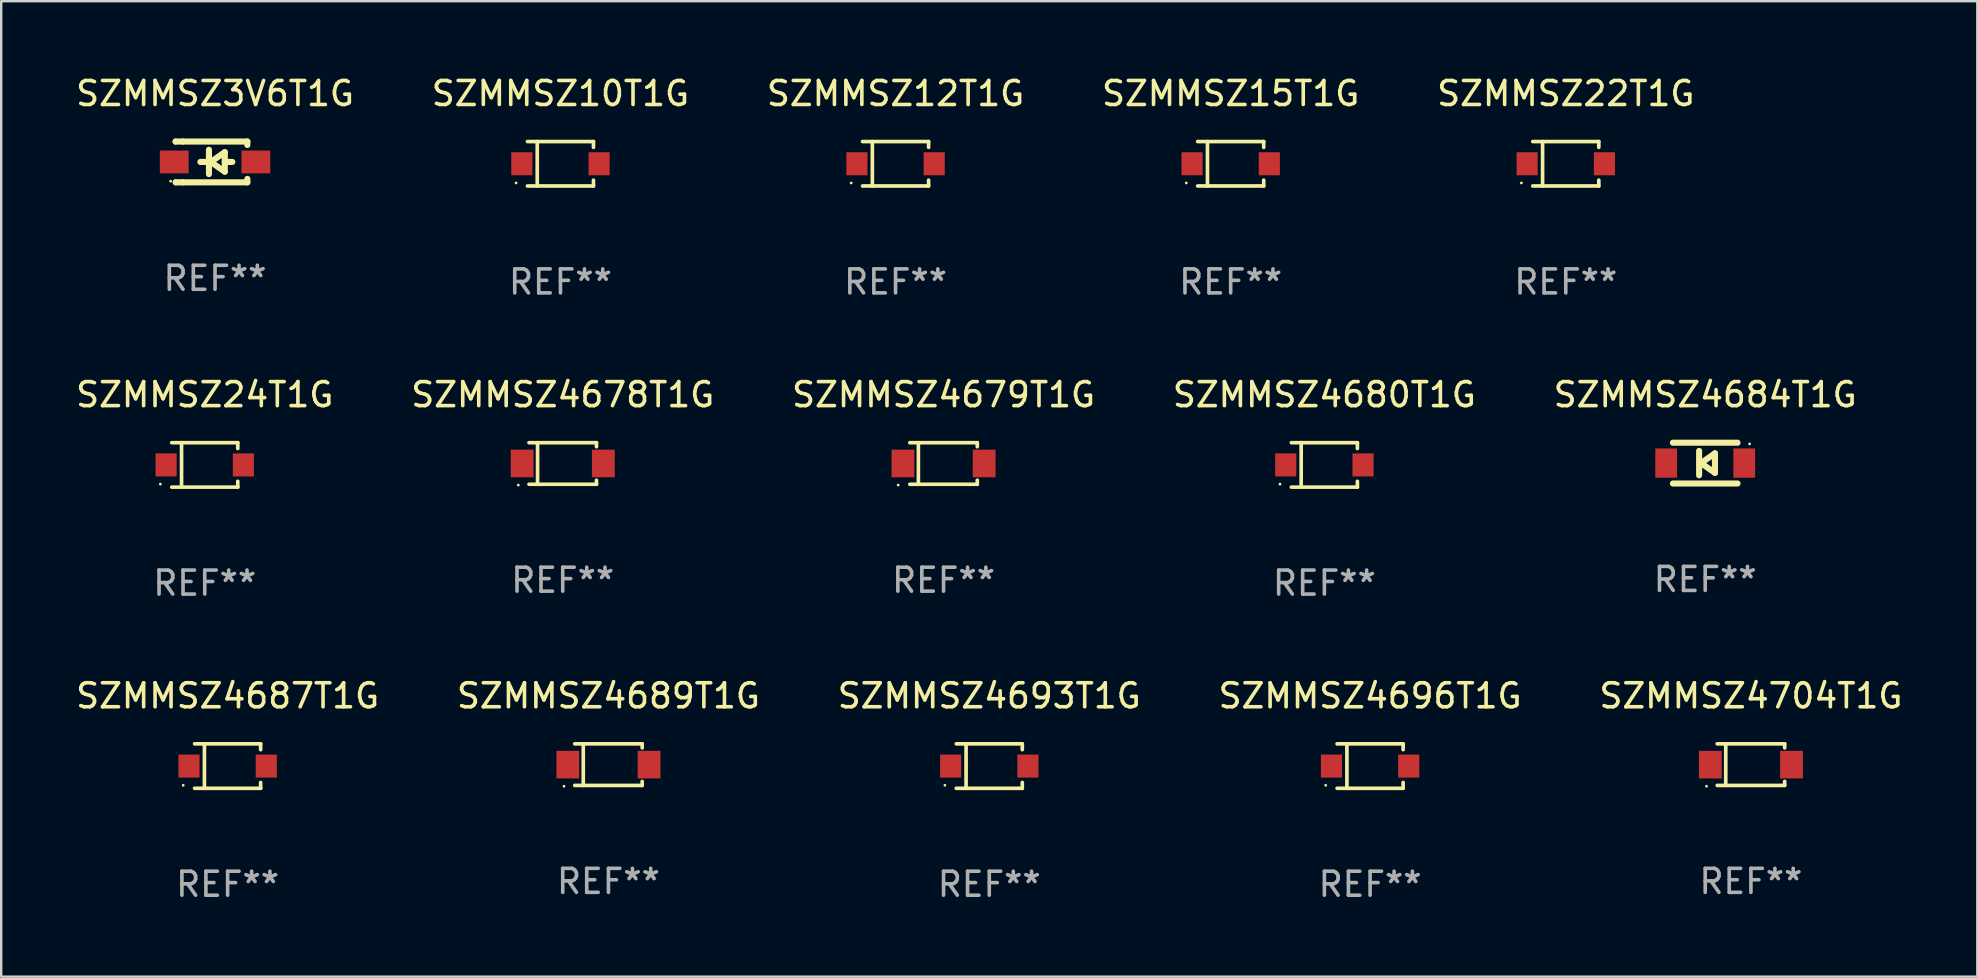
<source format=kicad_pcb>
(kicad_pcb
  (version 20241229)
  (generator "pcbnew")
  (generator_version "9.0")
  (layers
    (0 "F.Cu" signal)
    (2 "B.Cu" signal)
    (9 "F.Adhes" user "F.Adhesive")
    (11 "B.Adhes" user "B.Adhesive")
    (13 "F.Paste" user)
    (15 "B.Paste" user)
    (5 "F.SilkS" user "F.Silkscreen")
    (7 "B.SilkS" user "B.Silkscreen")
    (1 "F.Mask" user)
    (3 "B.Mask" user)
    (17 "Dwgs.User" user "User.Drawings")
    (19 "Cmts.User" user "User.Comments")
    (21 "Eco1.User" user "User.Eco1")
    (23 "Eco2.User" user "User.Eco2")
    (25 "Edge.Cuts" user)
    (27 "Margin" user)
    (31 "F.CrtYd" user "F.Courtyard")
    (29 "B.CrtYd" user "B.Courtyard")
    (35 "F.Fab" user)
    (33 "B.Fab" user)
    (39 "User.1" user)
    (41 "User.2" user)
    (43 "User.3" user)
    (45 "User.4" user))
  (footprint "SZMMSZ4696T1G"
    (layer "F.Cu")
    (at 54.042 28.872)
    (property "Reference" "SZMMSZ4696T1G" (at 0 -2.926 0) (layer "F.SilkS") (effects (font (size 1 1) (thickness 0.15))))
    (attr through_hole)
    (fp_line (start -1.376 -0.926) (end 1.376 -0.926) (stroke (width 0.152) (type solid)) (layer "F.SilkS"))
    (fp_line (start -1.376 0.926) (end 1.376 0.926) (stroke (width 0.152) (type solid)) (layer "F.SilkS"))
    (fp_line (start -0.967 -0.926) (end -0.967 0.926) (stroke (width 0.152) (type solid)) (layer "F.SilkS"))
    (fp_line (start 1.376 -0.926) (end 1.376 -0.683) (stroke (width 0.152) (type solid)) (layer "F.SilkS"))
    (fp_line (start 1.376 0.926) (end 1.376 0.683) (stroke (width 0.152) (type solid)) (layer "F.SilkS"))
    (fp_circle (center -1.85 0.8) (end -1.82 0.8) (stroke (width 0.06) (type solid)) (fill no) (layer "F.SilkS"))
    (fp_text user "REF**" (at 0 4.926 0) (layer "F.Fab") (effects (font (size 1 1) (thickness 0.15))))
    (pad "1" smd rect (at -1.61 0) (size 0.88 0.96) (layers "F.Cu" "F.Mask" "F.Paste"))
    (pad "2" smd rect (at 1.61 0) (size 0.88 0.96) (layers "F.Cu" "F.Mask" "F.Paste")))
  (footprint "SZMMSZ4678T1G"
    (layer "F.Cu")
    (at 20.399 16.263)
    (property "Reference" "SZMMSZ4678T1G" (at 0 -2.866 0) (layer "F.SilkS") (effects (font (size 1 1) (thickness 0.15))))
    (attr through_hole)
    (fp_line (start -1.406 -0.866) (end 1.406 -0.866) (stroke (width 0.152) (type solid)) (layer "F.SilkS"))
    (fp_line (start -1.406 0.866) (end 1.406 0.866) (stroke (width 0.152) (type solid)) (layer "F.SilkS"))
    (fp_line (start -1.049 -0.866) (end -1.049 0.866) (stroke (width 0.152) (type solid)) (layer "F.SilkS"))
    (fp_line (start 1.406 -0.866) (end 1.406 -0.698) (stroke (width 0.152) (type solid)) (layer "F.SilkS"))
    (fp_line (start 1.406 0.866) (end 1.406 0.698) (stroke (width 0.152) (type solid)) (layer "F.SilkS"))
    (fp_circle (center -1.851 0.9) (end -1.821 0.9) (stroke (width 0.06) (type solid)) (fill no) (layer "F.SilkS"))
    (fp_text user "REF**" (at 0 4.866 0) (layer "F.Fab") (effects (font (size 1 1) (thickness 0.15))))
    (pad "1" smd rect (at -1.692 0) (size 0.95 1.15) (layers "F.Cu" "F.Mask" "F.Paste"))
    (pad "2" smd rect (at 1.692 0) (size 0.95 1.15) (layers "F.Cu" "F.Mask" "F.Paste")))
  (footprint "SZMMSZ12T1G"
    (layer "F.Cu")
    (at 34.268 3.774)
    (property "Reference" "SZMMSZ12T1G" (at 0 -2.926 0) (layer "F.SilkS") (effects (font (size 1 1) (thickness 0.15))))
    (attr through_hole)
    (fp_line (start -1.376 -0.926) (end 1.376 -0.926) (stroke (width 0.152) (type solid)) (layer "F.SilkS"))
    (fp_line (start -1.376 0.926) (end 1.376 0.926) (stroke (width 0.152) (type solid)) (layer "F.SilkS"))
    (fp_line (start -0.967 -0.926) (end -0.967 0.926) (stroke (width 0.152) (type solid)) (layer "F.SilkS"))
    (fp_line (start 1.376 -0.926) (end 1.376 -0.683) (stroke (width 0.152) (type solid)) (layer "F.SilkS"))
    (fp_line (start 1.376 0.926) (end 1.376 0.683) (stroke (width 0.152) (type solid)) (layer "F.SilkS"))
    (fp_circle (center -1.85 0.8) (end -1.82 0.8) (stroke (width 0.06) (type solid)) (fill no) (layer "F.SilkS"))
    (fp_text user "REF**" (at 0 4.926 0) (layer "F.Fab") (effects (font (size 1 1) (thickness 0.15))))
    (pad "1" smd rect (at -1.61 0) (size 0.88 0.96) (layers "F.Cu" "F.Mask" "F.Paste"))
    (pad "2" smd rect (at 1.61 0) (size 0.88 0.96) (layers "F.Cu" "F.Mask" "F.Paste")))
  (footprint "SZMMSZ4704T1G"
    (layer "F.Cu")
    (at 69.911 28.812)
    (property "Reference" "SZMMSZ4704T1G" (at 0 -2.866 0) (layer "F.SilkS") (effects (font (size 1 1) (thickness 0.15))))
    (attr through_hole)
    (fp_line (start -1.406 -0.866) (end 1.406 -0.866) (stroke (width 0.152) (type solid)) (layer "F.SilkS"))
    (fp_line (start -1.406 0.866) (end 1.406 0.866) (stroke (width 0.152) (type solid)) (layer "F.SilkS"))
    (fp_line (start -1.049 -0.866) (end -1.049 0.866) (stroke (width 0.152) (type solid)) (layer "F.SilkS"))
    (fp_line (start 1.406 -0.866) (end 1.406 -0.698) (stroke (width 0.152) (type solid)) (layer "F.SilkS"))
    (fp_line (start 1.406 0.866) (end 1.406 0.698) (stroke (width 0.152) (type solid)) (layer "F.SilkS"))
    (fp_circle (center -1.851 0.9) (end -1.821 0.9) (stroke (width 0.06) (type solid)) (fill no) (layer "F.SilkS"))
    (fp_text user "REF**" (at 0 4.866 0) (layer "F.Fab") (effects (font (size 1 1) (thickness 0.15))))
    (pad "1" smd rect (at -1.692 0) (size 0.95 1.15) (layers "F.Cu" "F.Mask" "F.Paste"))
    (pad "2" smd rect (at 1.692 0) (size 0.95 1.15) (layers "F.Cu" "F.Mask" "F.Paste")))
  (footprint "SZMMSZ4680T1G"
    (layer "F.Cu")
    (at 52.137 16.323)
    (property "Reference" "SZMMSZ4680T1G" (at 0 -2.926 0) (layer "F.SilkS") (effects (font (size 1 1) (thickness 0.15))))
    (attr through_hole)
    (fp_line (start -1.376 -0.926) (end 1.376 -0.926) (stroke (width 0.152) (type solid)) (layer "F.SilkS"))
    (fp_line (start -1.376 0.926) (end 1.376 0.926) (stroke (width 0.152) (type solid)) (layer "F.SilkS"))
    (fp_line (start -0.967 -0.926) (end -0.967 0.926) (stroke (width 0.152) (type solid)) (layer "F.SilkS"))
    (fp_line (start 1.376 -0.926) (end 1.376 -0.683) (stroke (width 0.152) (type solid)) (layer "F.SilkS"))
    (fp_line (start 1.376 0.926) (end 1.376 0.683) (stroke (width 0.152) (type solid)) (layer "F.SilkS"))
    (fp_circle (center -1.85 0.8) (end -1.82 0.8) (stroke (width 0.06) (type solid)) (fill no) (layer "F.SilkS"))
    (fp_text user "REF**" (at 0 4.926 0) (layer "F.Fab") (effects (font (size 1 1) (thickness 0.15))))
    (pad "1" smd rect (at -1.61 0) (size 0.88 0.96) (layers "F.Cu" "F.Mask" "F.Paste"))
    (pad "2" smd rect (at 1.61 0) (size 0.88 0.96) (layers "F.Cu" "F.Mask" "F.Paste")))
  (footprint "SZMMSZ4687T1G"
    (layer "F.Cu")
    (at 6.435 28.872)
    (property "Reference" "SZMMSZ4687T1G" (at 0 -2.926 0) (layer "F.SilkS") (effects (font (size 1 1) (thickness 0.15))))
    (attr through_hole)
    (fp_line (start -1.376 -0.926) (end 1.376 -0.926) (stroke (width 0.152) (type solid)) (layer "F.SilkS"))
    (fp_line (start -1.376 0.926) (end 1.376 0.926) (stroke (width 0.152) (type solid)) (layer "F.SilkS"))
    (fp_line (start -0.967 -0.926) (end -0.967 0.926) (stroke (width 0.152) (type solid)) (layer "F.SilkS"))
    (fp_line (start 1.376 -0.926) (end 1.376 -0.683) (stroke (width 0.152) (type solid)) (layer "F.SilkS"))
    (fp_line (start 1.376 0.926) (end 1.376 0.683) (stroke (width 0.152) (type solid)) (layer "F.SilkS"))
    (fp_circle (center -1.85 0.8) (end -1.82 0.8) (stroke (width 0.06) (type solid)) (fill no) (layer "F.SilkS"))
    (fp_text user "REF**" (at 0 4.926 0) (layer "F.Fab") (effects (font (size 1 1) (thickness 0.15))))
    (pad "1" smd rect (at -1.61 0) (size 0.88 0.96) (layers "F.Cu" "F.Mask" "F.Paste"))
    (pad "2" smd rect (at 1.61 0) (size 0.88 0.96) (layers "F.Cu" "F.Mask" "F.Paste")))
  (footprint "SZMMSZ22T1G"
    (layer "F.Cu")
    (at 62.196 3.774)
    (property "Reference" "SZMMSZ22T1G" (at 0 -2.926 0) (layer "F.SilkS") (effects (font (size 1 1) (thickness 0.15))))
    (attr through_hole)
    (fp_line (start -1.376 -0.926) (end 1.376 -0.926) (stroke (width 0.152) (type solid)) (layer "F.SilkS"))
    (fp_line (start -1.376 0.926) (end 1.376 0.926) (stroke (width 0.152) (type solid)) (layer "F.SilkS"))
    (fp_line (start -0.967 -0.926) (end -0.967 0.926) (stroke (width 0.152) (type solid)) (layer "F.SilkS"))
    (fp_line (start 1.376 -0.926) (end 1.376 -0.683) (stroke (width 0.152) (type solid)) (layer "F.SilkS"))
    (fp_line (start 1.376 0.926) (end 1.376 0.683) (stroke (width 0.152) (type solid)) (layer "F.SilkS"))
    (fp_circle (center -1.85 0.8) (end -1.82 0.8) (stroke (width 0.06) (type solid)) (fill no) (layer "F.SilkS"))
    (fp_text user "REF**" (at 0 4.926 0) (layer "F.Fab") (effects (font (size 1 1) (thickness 0.15))))
    (pad "1" smd rect (at -1.61 0) (size 0.88 0.96) (layers "F.Cu" "F.Mask" "F.Paste"))
    (pad "2" smd rect (at 1.61 0) (size 0.88 0.96) (layers "F.Cu" "F.Mask" "F.Paste")))
  (footprint "SZMMSZ10T1G"
    (layer "F.Cu")
    (at 20.304 3.774)
    (property "Reference" "SZMMSZ10T1G" (at 0 -2.926 0) (layer "F.SilkS") (effects (font (size 1 1) (thickness 0.15))))
    (attr through_hole)
    (fp_line (start -1.376 -0.926) (end 1.376 -0.926) (stroke (width 0.152) (type solid)) (layer "F.SilkS"))
    (fp_line (start -1.376 0.926) (end 1.376 0.926) (stroke (width 0.152) (type solid)) (layer "F.SilkS"))
    (fp_line (start -0.967 -0.926) (end -0.967 0.926) (stroke (width 0.152) (type solid)) (layer "F.SilkS"))
    (fp_line (start 1.376 -0.926) (end 1.376 -0.683) (stroke (width 0.152) (type solid)) (layer "F.SilkS"))
    (fp_line (start 1.376 0.926) (end 1.376 0.683) (stroke (width 0.152) (type solid)) (layer "F.SilkS"))
    (fp_circle (center -1.85 0.8) (end -1.82 0.8) (stroke (width 0.06) (type solid)) (fill no) (layer "F.SilkS"))
    (fp_text user "REF**" (at 0 4.926 0) (layer "F.Fab") (effects (font (size 1 1) (thickness 0.15))))
    (pad "1" smd rect (at -1.61 0) (size 0.88 0.96) (layers "F.Cu" "F.Mask" "F.Paste"))
    (pad "2" smd rect (at 1.61 0) (size 0.88 0.96) (layers "F.Cu" "F.Mask" "F.Paste")))
  (footprint "SZMMSZ3V6T1G"
    (layer "F.Cu")
    (at 5.911 3.698)
    (property "Reference" "SZMMSZ3V6T1G" (at 0 -2.85 0) (layer "F.SilkS") (effects (font (size 1 1) (thickness 0.15))))
    (attr through_hole)
    (fp_line (start -1.643 -0.85) (end -1.644 -0.849) (stroke (width 0.254) (type solid)) (layer "F.SilkS"))
    (fp_line (start -1.638 0.85) (end -1.639 0.849) (stroke (width 0.254) (type solid)) (layer "F.SilkS"))
    (fp_line (start -1.346 -0.85) (end -1.643 -0.85) (stroke (width 0.254) (type solid)) (layer "F.SilkS"))
    (fp_line (start -1.346 -0.85) (end 1.346 -0.85) (stroke (width 0.254) (type solid)) (layer "F.SilkS"))
    (fp_line (start -1.346 0.85) (end -1.638 0.85) (stroke (width 0.254) (type solid)) (layer "F.SilkS"))
    (fp_line (start -0.28 0) (end -0.61 0) (stroke (width 0.254) (type solid)) (layer "F.SilkS"))
    (fp_line (start -0.254 -0.508) (end -0.254 0.508) (stroke (width 0.254) (type solid)) (layer "F.SilkS"))
    (fp_line (start -0.178 0) (end 0.406 -0.406) (stroke (width 0.254) (type solid)) (layer "F.SilkS"))
    (fp_line (start 0.406 -0.406) (end 0.406 0.406) (stroke (width 0.254) (type solid)) (layer "F.SilkS"))
    (fp_line (start 0.406 -0.000254) (end 0.72 -0.000254) (stroke (width 0.254) (type solid)) (layer "F.SilkS"))
    (fp_line (start 0.406 0.406) (end -0.178 0) (stroke (width 0.254) (type solid)) (layer "F.SilkS"))
    (fp_line (start 1.346 -0.85) (end 1.346 -0.706) (stroke (width 0.254) (type solid)) (layer "F.SilkS"))
    (fp_line (start 1.346 0.706) (end 1.346 0.85) (stroke (width 0.254) (type solid)) (layer "F.SilkS"))
    (fp_line (start 1.346 0.85) (end -1.346 0.85) (stroke (width 0.254) (type solid)) (layer "F.SilkS"))
    (fp_circle (center -1.85 0.8) (end -1.82 0.8) (stroke (width 0.06) (type solid)) (fill no) (layer "F.SilkS"))
    (fp_text user "REF**" (at 0 4.85 0) (layer "F.Fab") (effects (font (size 1 1) (thickness 0.15))))
    (pad "1" smd rect (at -1.7 0) (size 1.2 0.95) (layers "F.Cu" "F.Mask" "F.Paste"))
    (pad "2" smd rect (at 1.7 0) (size 1.2 0.95) (layers "F.Cu" "F.Mask" "F.Paste")))
  (footprint "SZMMSZ4693T1G"
    (layer "F.Cu")
    (at 38.173 28.872)
    (property "Reference" "SZMMSZ4693T1G" (at 0 -2.926 0) (layer "F.SilkS") (effects (font (size 1 1) (thickness 0.15))))
    (attr through_hole)
    (fp_line (start -1.376 -0.926) (end 1.376 -0.926) (stroke (width 0.152) (type solid)) (layer "F.SilkS"))
    (fp_line (start -1.376 0.926) (end 1.376 0.926) (stroke (width 0.152) (type solid)) (layer "F.SilkS"))
    (fp_line (start -0.967 -0.926) (end -0.967 0.926) (stroke (width 0.152) (type solid)) (layer "F.SilkS"))
    (fp_line (start 1.376 -0.926) (end 1.376 -0.683) (stroke (width 0.152) (type solid)) (layer "F.SilkS"))
    (fp_line (start 1.376 0.926) (end 1.376 0.683) (stroke (width 0.152) (type solid)) (layer "F.SilkS"))
    (fp_circle (center -1.85 0.8) (end -1.82 0.8) (stroke (width 0.06) (type solid)) (fill no) (layer "F.SilkS"))
    (fp_text user "REF**" (at 0 4.926 0) (layer "F.Fab") (effects (font (size 1 1) (thickness 0.15))))
    (pad "1" smd rect (at -1.61 0) (size 0.88 0.96) (layers "F.Cu" "F.Mask" "F.Paste"))
    (pad "2" smd rect (at 1.61 0) (size 0.88 0.96) (layers "F.Cu" "F.Mask" "F.Paste")))
  (footprint "SZMMSZ4689T1G"
    (layer "F.Cu")
    (at 22.304 28.812)
    (property "Reference" "SZMMSZ4689T1G" (at 0 -2.866 0) (layer "F.SilkS") (effects (font (size 1 1) (thickness 0.15))))
    (attr through_hole)
    (fp_line (start -1.406 -0.866) (end 1.406 -0.866) (stroke (width 0.152) (type solid)) (layer "F.SilkS"))
    (fp_line (start -1.406 0.866) (end 1.406 0.866) (stroke (width 0.152) (type solid)) (layer "F.SilkS"))
    (fp_line (start -1.049 -0.866) (end -1.049 0.866) (stroke (width 0.152) (type solid)) (layer "F.SilkS"))
    (fp_line (start 1.406 -0.866) (end 1.406 -0.698) (stroke (width 0.152) (type solid)) (layer "F.SilkS"))
    (fp_line (start 1.406 0.866) (end 1.406 0.698) (stroke (width 0.152) (type solid)) (layer "F.SilkS"))
    (fp_circle (center -1.851 0.9) (end -1.821 0.9) (stroke (width 0.06) (type solid)) (fill no) (layer "F.SilkS"))
    (fp_text user "REF**" (at 0 4.866 0) (layer "F.Fab") (effects (font (size 1 1) (thickness 0.15))))
    (pad "1" smd rect (at -1.692 0) (size 0.95 1.15) (layers "F.Cu" "F.Mask" "F.Paste"))
    (pad "2" smd rect (at 1.692 0) (size 0.95 1.15) (layers "F.Cu" "F.Mask" "F.Paste")))
  (footprint "SZMMSZ24T1G"
    (layer "F.Cu")
    (at 5.482 16.323)
    (property "Reference" "SZMMSZ24T1G" (at 0 -2.926 0) (layer "F.SilkS") (effects (font (size 1 1) (thickness 0.15))))
    (attr through_hole)
    (fp_line (start -1.376 -0.926) (end 1.376 -0.926) (stroke (width 0.152) (type solid)) (layer "F.SilkS"))
    (fp_line (start -1.376 0.926) (end 1.376 0.926) (stroke (width 0.152) (type solid)) (layer "F.SilkS"))
    (fp_line (start -0.967 -0.926) (end -0.967 0.926) (stroke (width 0.152) (type solid)) (layer "F.SilkS"))
    (fp_line (start 1.376 -0.926) (end 1.376 -0.683) (stroke (width 0.152) (type solid)) (layer "F.SilkS"))
    (fp_line (start 1.376 0.926) (end 1.376 0.683) (stroke (width 0.152) (type solid)) (layer "F.SilkS"))
    (fp_circle (center -1.85 0.8) (end -1.82 0.8) (stroke (width 0.06) (type solid)) (fill no) (layer "F.SilkS"))
    (fp_text user "REF**" (at 0 4.926 0) (layer "F.Fab") (effects (font (size 1 1) (thickness 0.15))))
    (pad "1" smd rect (at -1.61 0) (size 0.88 0.96) (layers "F.Cu" "F.Mask" "F.Paste"))
    (pad "2" smd rect (at 1.61 0) (size 0.88 0.96) (layers "F.Cu" "F.Mask" "F.Paste")))
  (footprint "SZMMSZ15T1G"
    (layer "F.Cu")
    (at 48.232 3.774)
    (property "Reference" "SZMMSZ15T1G" (at 0 -2.926 0) (layer "F.SilkS") (effects (font (size 1 1) (thickness 0.15))))
    (attr through_hole)
    (fp_line (start -1.376 -0.926) (end 1.376 -0.926) (stroke (width 0.152) (type solid)) (layer "F.SilkS"))
    (fp_line (start -1.376 0.926) (end 1.376 0.926) (stroke (width 0.152) (type solid)) (layer "F.SilkS"))
    (fp_line (start -0.967 -0.926) (end -0.967 0.926) (stroke (width 0.152) (type solid)) (layer "F.SilkS"))
    (fp_line (start 1.376 -0.926) (end 1.376 -0.683) (stroke (width 0.152) (type solid)) (layer "F.SilkS"))
    (fp_line (start 1.376 0.926) (end 1.376 0.683) (stroke (width 0.152) (type solid)) (layer "F.SilkS"))
    (fp_circle (center -1.85 0.8) (end -1.82 0.8) (stroke (width 0.06) (type solid)) (fill no) (layer "F.SilkS"))
    (fp_text user "REF**" (at 0 4.926 0) (layer "F.Fab") (effects (font (size 1 1) (thickness 0.15))))
    (pad "1" smd rect (at -1.61 0) (size 0.88 0.96) (layers "F.Cu" "F.Mask" "F.Paste"))
    (pad "2" smd rect (at 1.61 0) (size 0.88 0.96) (layers "F.Cu" "F.Mask" "F.Paste")))
  (footprint "SZMMSZ4684T1G"
    (layer "F.Cu")
    (at 68.006 16.247)
    (property "Reference" "SZMMSZ4684T1G" (at 0 -2.85 0) (layer "F.SilkS") (effects (font (size 1 1) (thickness 0.15))))
    (attr through_hole)
    (fp_line (start -1.346 -0.85) (end 1.346 -0.85) (stroke (width 0.254) (type solid)) (layer "F.SilkS"))
    (fp_line (start -0.254 -0.508) (end -0.254 0.508) (stroke (width 0.254) (type solid)) (layer "F.SilkS"))
    (fp_line (start -0.178 0) (end 0.406 -0.406) (stroke (width 0.254) (type solid)) (layer "F.SilkS"))
    (fp_line (start 0.406 -0.406) (end 0.406 0.406) (stroke (width 0.254) (type solid)) (layer "F.SilkS"))
    (fp_line (start 0.406 0.406) (end -0.178 0) (stroke (width 0.254) (type solid)) (layer "F.SilkS"))
    (fp_line (start 1.346 0.85) (end -1.346 0.85) (stroke (width 0.254) (type solid)) (layer "F.SilkS"))
    (fp_circle (center 1.85 -0.8) (end 1.88 -0.8) (stroke (width 0.06) (type solid)) (fill no) (layer "F.SilkS"))
    (fp_text user "REF**" (at 0 4.85 0) (layer "F.Fab") (effects (font (size 1 1) (thickness 0.15))))
    (pad "1" smd rect (at 1.626 0) (size 0.909 1.219) (layers "F.Cu" "F.Mask" "F.Paste"))
    (pad "2" smd rect (at -1.626 0) (size 0.909 1.219) (layers "F.Cu" "F.Mask" "F.Paste")))
  (footprint "SZMMSZ4679T1G"
    (layer "F.Cu")
    (at 36.268 16.263)
    (property "Reference" "SZMMSZ4679T1G" (at 0 -2.866 0) (layer "F.SilkS") (effects (font (size 1 1) (thickness 0.15))))
    (attr through_hole)
    (fp_line (start -1.406 -0.866) (end 1.406 -0.866) (stroke (width 0.152) (type solid)) (layer "F.SilkS"))
    (fp_line (start -1.406 0.866) (end 1.406 0.866) (stroke (width 0.152) (type solid)) (layer "F.SilkS"))
    (fp_line (start -1.049 -0.866) (end -1.049 0.866) (stroke (width 0.152) (type solid)) (layer "F.SilkS"))
    (fp_line (start 1.406 -0.866) (end 1.406 -0.698) (stroke (width 0.152) (type solid)) (layer "F.SilkS"))
    (fp_line (start 1.406 0.866) (end 1.406 0.698) (stroke (width 0.152) (type solid)) (layer "F.SilkS"))
    (fp_circle (center -1.892 0.9) (end -1.862 0.9) (stroke (width 0.06) (type solid)) (fill no) (layer "F.SilkS"))
    (fp_text user "REF**" (at 0 4.866 0) (layer "F.Fab") (effects (font (size 1 1) (thickness 0.15))))
    (pad "1" smd rect (at -1.692 0) (size 0.95 1.15) (layers "F.Cu" "F.Mask" "F.Paste"))
    (pad "2" smd rect (at 1.692 0) (size 0.95 1.15) (layers "F.Cu" "F.Mask" "F.Paste")))
  (gr_rect
    (start -3 -3)
    (end 79.345 37.647)
    (stroke (width 0.1) (type default))
    (fill no)
    (layer "Edge.Cuts")))
</source>
